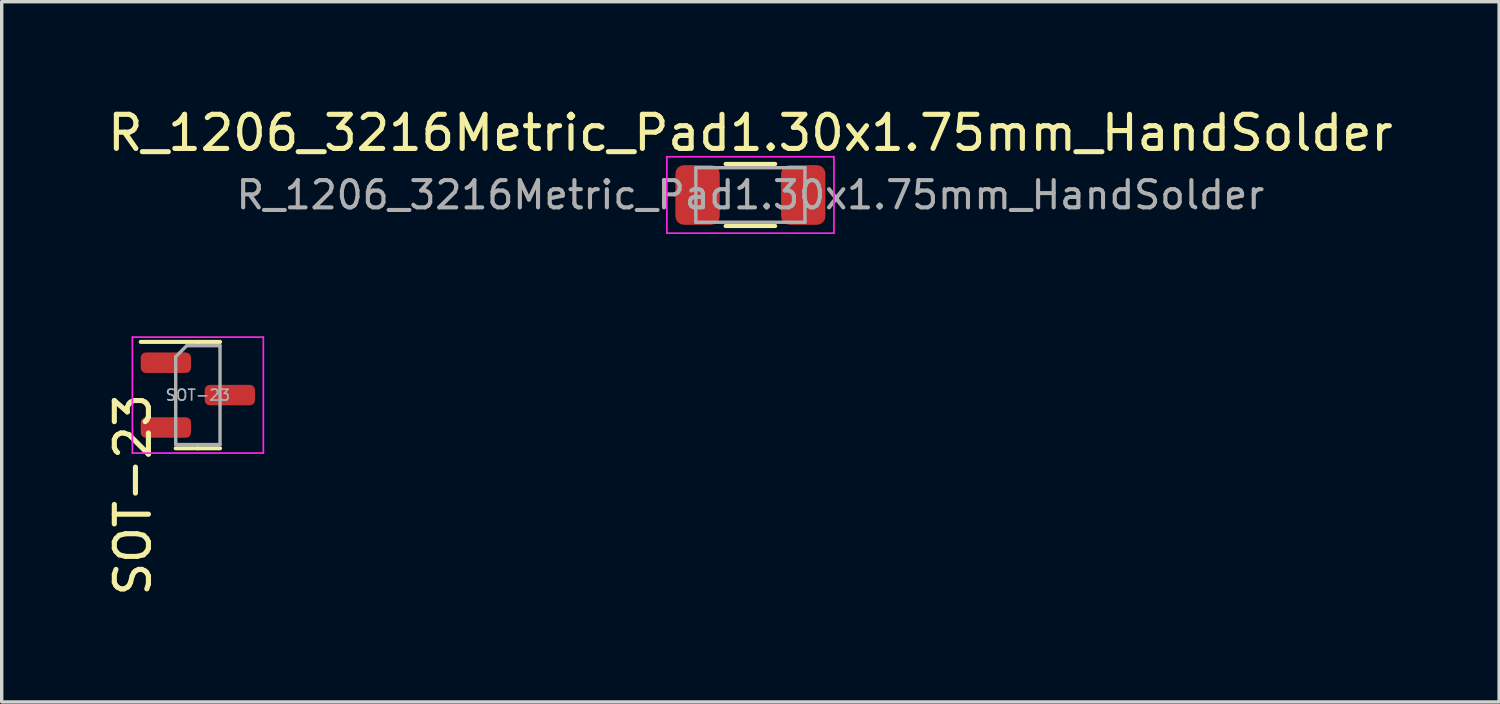
<source format=kicad_pcb>
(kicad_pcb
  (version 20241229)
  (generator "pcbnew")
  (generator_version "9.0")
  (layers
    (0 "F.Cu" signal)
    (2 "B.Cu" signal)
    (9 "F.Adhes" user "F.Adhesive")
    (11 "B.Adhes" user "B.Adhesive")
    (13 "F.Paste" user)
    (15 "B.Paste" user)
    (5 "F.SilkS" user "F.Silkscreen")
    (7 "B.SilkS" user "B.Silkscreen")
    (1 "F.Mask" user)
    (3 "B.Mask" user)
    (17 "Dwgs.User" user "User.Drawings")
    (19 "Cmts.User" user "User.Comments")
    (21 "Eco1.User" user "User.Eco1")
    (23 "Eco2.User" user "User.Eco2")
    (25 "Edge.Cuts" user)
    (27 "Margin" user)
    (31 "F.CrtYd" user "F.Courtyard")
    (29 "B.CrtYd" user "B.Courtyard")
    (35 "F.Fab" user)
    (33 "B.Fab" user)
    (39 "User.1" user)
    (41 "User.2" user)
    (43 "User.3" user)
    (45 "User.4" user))
  (footprint "SOT-23"
    (layer "F.Cu")
    (at 2.753 8.538)
    (property "Reference" "SOT-23" (at -1.905 2.921 90) (layer "F.SilkS") (effects (font (size 1 1) (thickness 0.15))))
    (attr smd)
    (fp_line (start 0 -1.56) (end -1.675 -1.56) (stroke (width 0.12) (type solid)) (layer "F.SilkS"))
    (fp_line (start 0 -1.56) (end 0.65 -1.56) (stroke (width 0.12) (type solid)) (layer "F.SilkS"))
    (fp_line (start 0 1.56) (end -0.65 1.56) (stroke (width 0.12) (type solid)) (layer "F.SilkS"))
    (fp_line (start 0 1.56) (end 0.65 1.56) (stroke (width 0.12) (type solid)) (layer "F.SilkS"))
    (fp_line (start -1.92 -1.7) (end -1.92 1.7) (stroke (width 0.05) (type solid)) (layer "F.CrtYd"))
    (fp_line (start -1.92 1.7) (end 1.92 1.7) (stroke (width 0.05) (type solid)) (layer "F.CrtYd"))
    (fp_line (start 1.92 -1.7) (end -1.92 -1.7) (stroke (width 0.05) (type solid)) (layer "F.CrtYd"))
    (fp_line (start 1.92 1.7) (end 1.92 -1.7) (stroke (width 0.05) (type solid)) (layer "F.CrtYd"))
    (fp_line (start -0.65 -1.125) (end -0.325 -1.45) (stroke (width 0.1) (type solid)) (layer "F.Fab"))
    (fp_line (start -0.65 1.45) (end -0.65 -1.125) (stroke (width 0.1) (type solid)) (layer "F.Fab"))
    (fp_line (start -0.325 -1.45) (end 0.65 -1.45) (stroke (width 0.1) (type solid)) (layer "F.Fab"))
    (fp_line (start 0.65 -1.45) (end 0.65 1.45) (stroke (width 0.1) (type solid)) (layer "F.Fab"))
    (fp_line (start 0.65 1.45) (end -0.65 1.45) (stroke (width 0.1) (type solid)) (layer "F.Fab"))
    (fp_text user "${REFERENCE}" (at 0 0 180) (layer "F.Fab") (effects (font (size 0.32 0.32) (thickness 0.05))))
    (pad "1" smd roundrect (at -0.938 -0.95) (size 1.475 0.6) (layers "F.Cu" "F.Mask" "F.Paste") (roundrect_rratio 0.25))
    (pad "2" smd roundrect (at -0.938 0.95) (size 1.475 0.6) (layers "F.Cu" "F.Mask" "F.Paste") (roundrect_rratio 0.25))
    (pad "3" smd roundrect (at 0.938 0) (size 1.475 0.6) (layers "F.Cu" "F.Mask" "F.Paste") (roundrect_rratio 0.25)))
  (footprint "R_1206_3216Metric_Pad1.30x1.75mm_HandSolder"
    (layer "F.Cu")
    (at 18.958 2.668)
    (property "Reference" "R_1206_3216Metric_Pad1.30x1.75mm_HandSolder" (at 0 -1.82 180) (layer "F.SilkS") (effects (font (size 1 1) (thickness 0.15))))
    (attr smd)
    (fp_line (start -0.727 -0.91) (end 0.727 -0.91) (stroke (width 0.12) (type solid)) (layer "F.SilkS"))
    (fp_line (start -0.727 0.91) (end 0.727 0.91) (stroke (width 0.12) (type solid)) (layer "F.SilkS"))
    (fp_line (start -2.45 -1.12) (end 2.45 -1.12) (stroke (width 0.05) (type solid)) (layer "F.CrtYd"))
    (fp_line (start -2.45 1.12) (end -2.45 -1.12) (stroke (width 0.05) (type solid)) (layer "F.CrtYd"))
    (fp_line (start 2.45 -1.12) (end 2.45 1.12) (stroke (width 0.05) (type solid)) (layer "F.CrtYd"))
    (fp_line (start 2.45 1.12) (end -2.45 1.12) (stroke (width 0.05) (type solid)) (layer "F.CrtYd"))
    (fp_line (start -1.6 -0.8) (end 1.6 -0.8) (stroke (width 0.1) (type solid)) (layer "F.Fab"))
    (fp_line (start -1.6 0.8) (end -1.6 -0.8) (stroke (width 0.1) (type solid)) (layer "F.Fab"))
    (fp_line (start 1.6 -0.8) (end 1.6 0.8) (stroke (width 0.1) (type solid)) (layer "F.Fab"))
    (fp_line (start 1.6 0.8) (end -1.6 0.8) (stroke (width 0.1) (type solid)) (layer "F.Fab"))
    (fp_text user "${REFERENCE}" (at 0 0 180) (layer "F.Fab") (effects (font (size 0.8 0.8) (thickness 0.12))))
    (pad "1" smd roundrect (at -1.55 0) (size 1.3 1.75) (layers "F.Cu" "F.Mask" "F.Paste") (roundrect_rratio 0.192))
    (pad "2" smd roundrect (at 1.55 0) (size 1.3 1.75) (layers "F.Cu" "F.Mask" "F.Paste") (roundrect_rratio 0.192)))
  (gr_rect
    (start -3 -3)
    (end 40.917 17.537)
    (stroke (width 0.1) (type default))
    (fill no)
    (layer "Edge.Cuts")))
</source>
